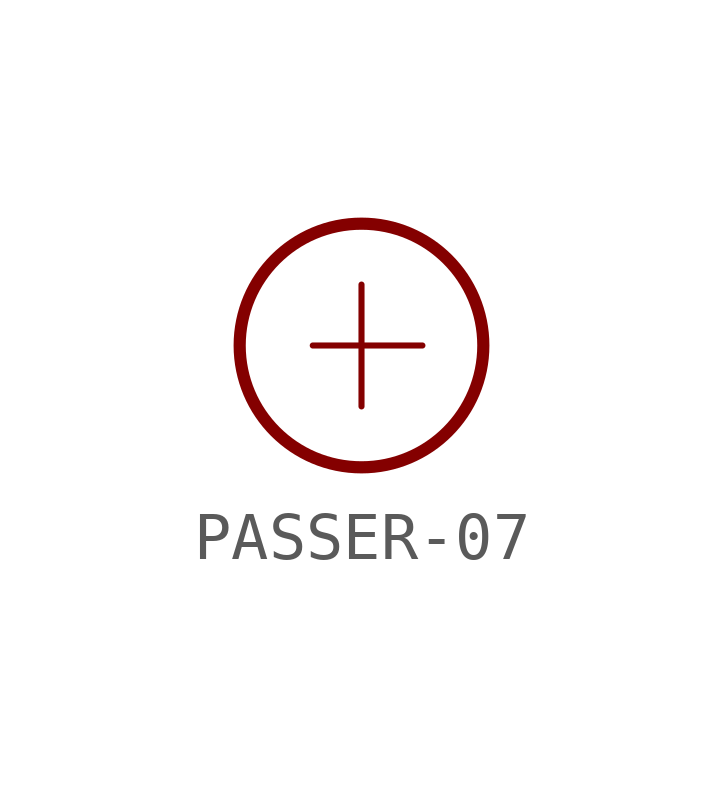
<source format=kicad_sym>
(kicad_symbol_lib
  (version 20231120)
  (generator "kicad_symbol_editor")
  (generator_version "8.0")
  (symbol "PASSER-07"
    (property "Reference" "X"
      (at 0 0 0)
      (effects (font (size 1.27 1.27)) (hide yes)))
    (property "ki_locked" ""
      (at 0 0 0)
      (effects (font (size 1.27 1.27))))
    (symbol "PASSER-07_1_0"
      (polyline (pts (xy -1.016 0) (xy 1.27 0)) (stroke (width 0.127) (type solid)) (fill (type none)))
      (polyline (pts (xy 0 1.27) (xy 0 -1.27)) (stroke (width 0.127) (type solid)) (fill (type none)))
      (circle (center 0 0) (radius 2.54) (stroke (width 0.254) (type solid)) (fill (type none))))))
</source>
